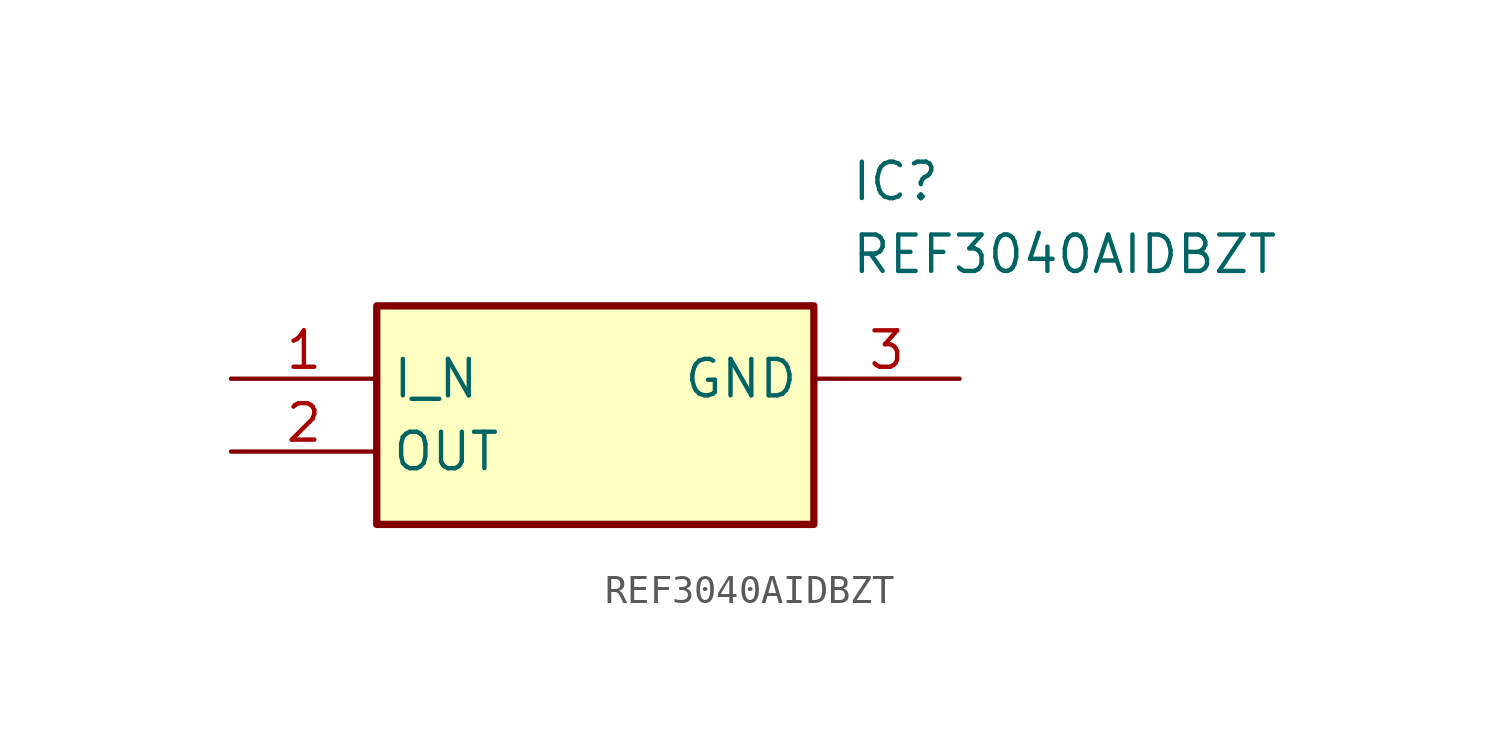
<source format=kicad_sym>
(kicad_symbol_lib
  (version 20220914)
  (generator kicad_symbol_editor)
  (symbol "REF3040AIDBZT"
    (property "Reference" "IC"
      (at 21.59 7.62 0)
      (effects (font (size 1.27 1.27)) (justify left top)))
    (property "Value" "REF3040AIDBZT"
      (at 21.59 5.08 0)
      (effects (font (size 1.27 1.27)) (justify left top)))
    (symbol "REF3040AIDBZT_1_1"
      (rectangle (start 5.08 2.54) (end 20.32 -5.08) (stroke (width 0.254) (type default)) (fill (type background)))
      (pin passive line (at 0 0 0) (length 5.08) (name "I_N" (effects (font (size 1.27 1.27)))) (number "1" (effects (font (size 1.27 1.27)))))
      (pin passive line (at 0 -2.54 0) (length 5.08) (name "OUT" (effects (font (size 1.27 1.27)))) (number "2" (effects (font (size 1.27 1.27)))))
      (pin passive line (at 25.4 0 180) (length 5.08) (name "GND" (effects (font (size 1.27 1.27)))) (number "3" (effects (font (size 1.27 1.27))))))))
</source>
